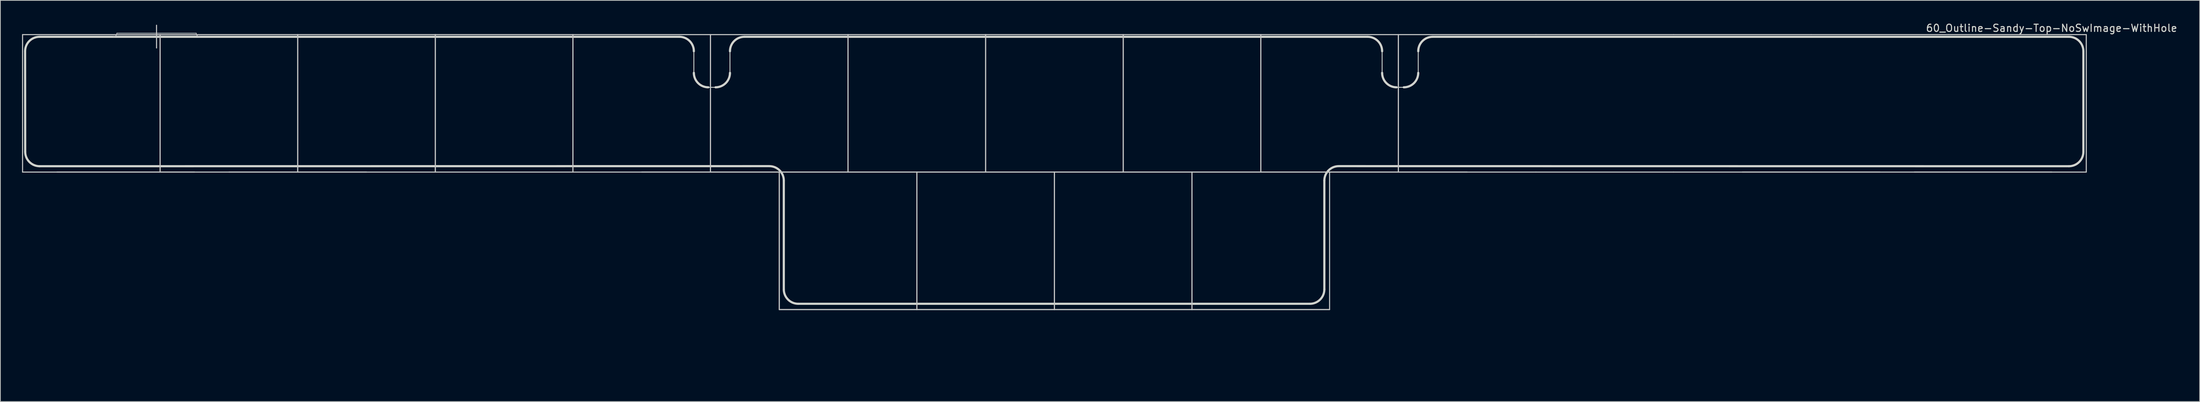
<source format=kicad_pcb>
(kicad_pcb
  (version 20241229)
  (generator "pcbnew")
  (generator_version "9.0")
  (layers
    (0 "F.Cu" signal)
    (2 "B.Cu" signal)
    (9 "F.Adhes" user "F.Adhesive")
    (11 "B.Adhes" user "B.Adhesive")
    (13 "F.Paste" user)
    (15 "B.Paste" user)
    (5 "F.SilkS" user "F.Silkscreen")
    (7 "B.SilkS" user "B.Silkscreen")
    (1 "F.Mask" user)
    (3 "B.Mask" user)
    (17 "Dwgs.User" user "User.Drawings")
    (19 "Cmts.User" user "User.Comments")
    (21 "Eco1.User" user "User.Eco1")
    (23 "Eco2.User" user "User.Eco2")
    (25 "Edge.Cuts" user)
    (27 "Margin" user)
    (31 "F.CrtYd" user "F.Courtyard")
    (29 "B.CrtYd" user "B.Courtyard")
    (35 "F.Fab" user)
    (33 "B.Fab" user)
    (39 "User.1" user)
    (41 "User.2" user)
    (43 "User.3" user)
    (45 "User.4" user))
  (footprint "60_Outline-Sandy-Top-NoSwImage-WithHole"
    (layer "F.Cu")
    (at 142.925 49.348)
    (property "Reference" "60_Outline-Sandy-Top-NoSwImage-WithHole" (at 138.1 -48.5 0) (layer "Edge.Cuts") (effects (font (size 1 1) (thickness 0.15))))
    (attr through_hole)
    (fp_line (start -142.85 -47.6) (end -123.8 -47.6) (stroke (width 0.15) (type solid)) (layer "Dwgs.User"))
    (fp_line (start -142.85 -28.55) (end -142.85 -47.6) (stroke (width 0.15) (type solid)) (layer "Dwgs.User"))
    (fp_line (start -138.088 -28.55) (end -119.037 -28.55) (stroke (width 0.15) (type solid)) (layer "Dwgs.User"))
    (fp_line (start -129.8 -47.8) (end -118.8 -47.8) (stroke (width 0.1) (type solid)) (layer "Dwgs.User"))
    (fp_line (start -124.3 -48.9) (end -124.3 -45.75) (stroke (width 0.15) (type solid)) (layer "Dwgs.User"))
    (fp_line (start -123.8 -47.6) (end -123.8 -28.55) (stroke (width 0.15) (type solid)) (layer "Dwgs.User"))
    (fp_line (start -123.8 -47.6) (end -104.75 -47.6) (stroke (width 0.15) (type solid)) (layer "Dwgs.User"))
    (fp_line (start -123.8 -28.55) (end -142.85 -28.55) (stroke (width 0.15) (type solid)) (layer "Dwgs.User"))
    (fp_line (start -123.8 -28.55) (end -123.8 -47.6) (stroke (width 0.15) (type solid)) (layer "Dwgs.User"))
    (fp_line (start -114.275 -28.55) (end -95.225 -28.55) (stroke (width 0.15) (type solid)) (layer "Dwgs.User"))
    (fp_line (start -104.75 -47.6) (end -104.75 -28.55) (stroke (width 0.15) (type solid)) (layer "Dwgs.User"))
    (fp_line (start -104.75 -47.6) (end -85.7 -47.6) (stroke (width 0.15) (type solid)) (layer "Dwgs.User"))
    (fp_line (start -104.75 -28.55) (end -123.8 -28.55) (stroke (width 0.15) (type solid)) (layer "Dwgs.User"))
    (fp_line (start -104.75 -28.55) (end -104.75 -47.6) (stroke (width 0.15) (type solid)) (layer "Dwgs.User"))
    (fp_line (start -85.7 -47.6) (end -85.7 -28.55) (stroke (width 0.15) (type solid)) (layer "Dwgs.User"))
    (fp_line (start -85.7 -47.6) (end -66.65 -47.6) (stroke (width 0.15) (type solid)) (layer "Dwgs.User"))
    (fp_line (start -85.7 -28.55) (end -104.75 -28.55) (stroke (width 0.15) (type solid)) (layer "Dwgs.User"))
    (fp_line (start -85.7 -28.55) (end -85.7 -47.6) (stroke (width 0.15) (type solid)) (layer "Dwgs.User"))
    (fp_line (start -66.65 -47.6) (end -66.65 -28.55) (stroke (width 0.15) (type solid)) (layer "Dwgs.User"))
    (fp_line (start -66.65 -47.6) (end -47.6 -47.6) (stroke (width 0.15) (type solid)) (layer "Dwgs.User"))
    (fp_line (start -66.65 -28.55) (end -85.7 -28.55) (stroke (width 0.15) (type solid)) (layer "Dwgs.User"))
    (fp_line (start -66.65 -28.55) (end -66.65 -47.6) (stroke (width 0.15) (type solid)) (layer "Dwgs.User"))
    (fp_line (start -57.125 -28.55) (end -38.075 -28.55) (stroke (width 0.15) (type solid)) (layer "Dwgs.User"))
    (fp_line (start -47.6 -47.6) (end -47.6 -28.55) (stroke (width 0.15) (type solid)) (layer "Dwgs.User"))
    (fp_line (start -47.6 -47.6) (end -28.55 -47.6) (stroke (width 0.15) (type solid)) (layer "Dwgs.User"))
    (fp_line (start -47.6 -28.55) (end -66.65 -28.55) (stroke (width 0.15) (type solid)) (layer "Dwgs.User"))
    (fp_line (start -47.6 -28.55) (end -47.6 -47.6) (stroke (width 0.15) (type solid)) (layer "Dwgs.User"))
    (fp_line (start -38.075 -28.55) (end -38.075 -9.5) (stroke (width 0.15) (type solid)) (layer "Dwgs.User"))
    (fp_line (start -38.075 -28.55) (end -19.025 -28.55) (stroke (width 0.15) (type solid)) (layer "Dwgs.User"))
    (fp_line (start -38.075 -9.5) (end -38.075 -28.55) (stroke (width 0.15) (type solid)) (layer "Dwgs.User"))
    (fp_line (start -38.075 -9.5) (end -19.025 -9.5) (stroke (width 0.15) (type solid)) (layer "Dwgs.User"))
    (fp_line (start -28.55 -47.6) (end -28.55 -28.55) (stroke (width 0.15) (type solid)) (layer "Dwgs.User"))
    (fp_line (start -28.55 -47.6) (end -9.5 -47.6) (stroke (width 0.15) (type solid)) (layer "Dwgs.User"))
    (fp_line (start -28.55 -28.55) (end -47.6 -28.55) (stroke (width 0.15) (type solid)) (layer "Dwgs.User"))
    (fp_line (start -28.55 -28.55) (end -28.55 -47.6) (stroke (width 0.15) (type solid)) (layer "Dwgs.User"))
    (fp_line (start -19.025 -28.55) (end -19.025 -9.5) (stroke (width 0.15) (type solid)) (layer "Dwgs.User"))
    (fp_line (start -19.025 -28.55) (end 0.025 -28.55) (stroke (width 0.15) (type solid)) (layer "Dwgs.User"))
    (fp_line (start -19.025 -9.5) (end -38.075 -9.5) (stroke (width 0.15) (type solid)) (layer "Dwgs.User"))
    (fp_line (start -19.025 -9.5) (end -19.025 -28.55) (stroke (width 0.15) (type solid)) (layer "Dwgs.User"))
    (fp_line (start -19.025 -9.5) (end 0.025 -9.5) (stroke (width 0.15) (type solid)) (layer "Dwgs.User"))
    (fp_line (start -9.5 -47.6) (end -9.5 -28.55) (stroke (width 0.15) (type solid)) (layer "Dwgs.User"))
    (fp_line (start -9.5 -47.6) (end 9.55 -47.6) (stroke (width 0.15) (type solid)) (layer "Dwgs.User"))
    (fp_line (start -9.5 -28.55) (end -28.55 -28.55) (stroke (width 0.15) (type solid)) (layer "Dwgs.User"))
    (fp_line (start -9.5 -28.55) (end -9.5 -47.6) (stroke (width 0.15) (type solid)) (layer "Dwgs.User"))
    (fp_line (start 0.025 -28.55) (end 0.025 -9.5) (stroke (width 0.15) (type solid)) (layer "Dwgs.User"))
    (fp_line (start 0.025 -28.55) (end 19.075 -28.55) (stroke (width 0.15) (type solid)) (layer "Dwgs.User"))
    (fp_line (start 0.025 -9.5) (end -19.025 -9.5) (stroke (width 0.15) (type solid)) (layer "Dwgs.User"))
    (fp_line (start 0.025 -9.5) (end 0.025 -28.55) (stroke (width 0.15) (type solid)) (layer "Dwgs.User"))
    (fp_line (start 0.025 -9.5) (end 19.075 -9.5) (stroke (width 0.15) (type solid)) (layer "Dwgs.User"))
    (fp_line (start 9.55 -47.6) (end 9.55 -28.55) (stroke (width 0.15) (type solid)) (layer "Dwgs.User"))
    (fp_line (start 9.55 -47.6) (end 28.6 -47.6) (stroke (width 0.15) (type solid)) (layer "Dwgs.User"))
    (fp_line (start 9.55 -28.55) (end -9.5 -28.55) (stroke (width 0.15) (type solid)) (layer "Dwgs.User"))
    (fp_line (start 9.55 -28.55) (end 9.55 -47.6) (stroke (width 0.15) (type solid)) (layer "Dwgs.User"))
    (fp_line (start 19.075 -28.55) (end 19.075 -9.5) (stroke (width 0.15) (type solid)) (layer "Dwgs.User"))
    (fp_line (start 19.075 -28.55) (end 38.125 -28.55) (stroke (width 0.15) (type solid)) (layer "Dwgs.User"))
    (fp_line (start 19.075 -9.5) (end 0.025 -9.5) (stroke (width 0.15) (type solid)) (layer "Dwgs.User"))
    (fp_line (start 19.075 -9.5) (end 19.075 -28.55) (stroke (width 0.15) (type solid)) (layer "Dwgs.User"))
    (fp_line (start 19.075 -9.5) (end 38.125 -9.5) (stroke (width 0.15) (type solid)) (layer "Dwgs.User"))
    (fp_line (start 28.6 -47.6) (end 28.6 -28.55) (stroke (width 0.15) (type solid)) (layer "Dwgs.User"))
    (fp_line (start 28.6 -47.6) (end 47.65 -47.6) (stroke (width 0.15) (type solid)) (layer "Dwgs.User"))
    (fp_line (start 28.6 -28.55) (end 9.55 -28.55) (stroke (width 0.15) (type solid)) (layer "Dwgs.User"))
    (fp_line (start 28.6 -28.55) (end 28.6 -47.6) (stroke (width 0.15) (type solid)) (layer "Dwgs.User"))
    (fp_line (start 38.125 -28.55) (end 38.125 -9.5) (stroke (width 0.15) (type solid)) (layer "Dwgs.User"))
    (fp_line (start 38.125 -28.55) (end 57.175 -28.55) (stroke (width 0.15) (type solid)) (layer "Dwgs.User"))
    (fp_line (start 38.125 -9.5) (end 19.075 -9.5) (stroke (width 0.15) (type solid)) (layer "Dwgs.User"))
    (fp_line (start 47.65 -47.6) (end 47.65 -28.55) (stroke (width 0.15) (type solid)) (layer "Dwgs.User"))
    (fp_line (start 47.65 -47.6) (end 66.7 -47.6) (stroke (width 0.15) (type solid)) (layer "Dwgs.User"))
    (fp_line (start 47.65 -28.55) (end 28.6 -28.55) (stroke (width 0.15) (type solid)) (layer "Dwgs.User"))
    (fp_line (start 47.65 -28.55) (end 47.65 -47.6) (stroke (width 0.15) (type solid)) (layer "Dwgs.User"))
    (fp_line (start 66.7 -47.6) (end 85.75 -47.6) (stroke (width 0.15) (type solid)) (layer "Dwgs.User"))
    (fp_line (start 66.7 -28.55) (end 47.65 -28.55) (stroke (width 0.15) (type solid)) (layer "Dwgs.User"))
    (fp_line (start 85.75 -47.6) (end 104.8 -47.6) (stroke (width 0.15) (type solid)) (layer "Dwgs.User"))
    (fp_line (start 85.75 -28.55) (end 66.7 -28.55) (stroke (width 0.15) (type solid)) (layer "Dwgs.User"))
    (fp_line (start 95.275 -28.55) (end 114.325 -28.55) (stroke (width 0.15) (type solid)) (layer "Dwgs.User"))
    (fp_line (start 104.8 -47.6) (end 123.85 -47.6) (stroke (width 0.15) (type solid)) (layer "Dwgs.User"))
    (fp_line (start 104.8 -28.55) (end 85.75 -28.55) (stroke (width 0.15) (type solid)) (layer "Dwgs.User"))
    (fp_line (start 119.088 -28.55) (end 138.137 -28.55) (stroke (width 0.15) (type solid)) (layer "Dwgs.User"))
    (fp_line (start 123.85 -47.6) (end 142.9 -47.6) (stroke (width 0.15) (type solid)) (layer "Dwgs.User"))
    (fp_line (start 123.85 -28.55) (end 104.8 -28.55) (stroke (width 0.15) (type solid)) (layer "Dwgs.User"))
    (fp_line (start 142.9 -47.6) (end 142.9 -28.55) (stroke (width 0.15) (type solid)) (layer "Dwgs.User"))
    (fp_line (start 142.9 -28.55) (end 123.85 -28.55) (stroke (width 0.15) (type solid)) (layer "Dwgs.User"))
    (fp_arc (start -129.8 -47.8) (mid -129.946447 -47.446447) (end -130.3 -47.3) (stroke (width 0.1) (type solid)) (layer "Dwgs.User"))
    (fp_arc (start -118.3 -47.3) (mid -118.653553 -47.446447) (end -118.8 -47.8) (stroke (width 0.1) (type solid)) (layer "Dwgs.User"))
    (fp_circle (center -47.6 -43.05) (end -45.4 -43.05) (stroke (width 0.15) (type solid)) (fill no) (layer "Eco1.User"))
    (fp_circle (center 47.65 -43.05) (end 49.85 -43.05) (stroke (width 0.15) (type solid)) (fill no) (layer "Eco1.User"))
    (fp_line (start -142.486 -31.364) (end -142.5 -45.3) (stroke (width 0.3) (type solid)) (layer "Edge.Cuts"))
    (fp_line (start -140.486 -29.364) (end -39.45 -29.375) (stroke (width 0.3) (type solid)) (layer "Edge.Cuts"))
    (fp_line (start -51.9 -47.3) (end -140.5 -47.3) (stroke (width 0.3) (type solid)) (layer "Edge.Cuts"))
    (fp_line (start -49.9 -42.3) (end -49.9 -45.3) (stroke (width 0.12) (type solid)) (layer "Edge.Cuts"))
    (fp_line (start -47.9 -40.3) (end -46.9 -40.3) (stroke (width 0.12) (type solid)) (layer "Edge.Cuts"))
    (fp_line (start -44.9 -45.3) (end -44.9 -42.3) (stroke (width 0.12) (type solid)) (layer "Edge.Cuts"))
    (fp_line (start -37.446 -12.3) (end -37.446 -27.375) (stroke (width 0.3) (type solid)) (layer "Edge.Cuts"))
    (fp_line (start -35.446 -10.3) (end 35.4 -10.3) (stroke (width 0.3) (type solid)) (layer "Edge.Cuts"))
    (fp_line (start 37.4 -12.3) (end 37.4 -27.375) (stroke (width 0.3) (type solid)) (layer "Edge.Cuts"))
    (fp_line (start 39.4 -29.375) (end 140.5 -29.364) (stroke (width 0.3) (type solid)) (layer "Edge.Cuts"))
    (fp_line (start 43.4 -47.3) (end -42.9 -47.3) (stroke (width 0.3) (type solid)) (layer "Edge.Cuts"))
    (fp_line (start 45.4 -42.3) (end 45.4 -45.3) (stroke (width 0.12) (type solid)) (layer "Edge.Cuts"))
    (fp_line (start 47.4 -40.3) (end 48.4 -40.3) (stroke (width 0.12) (type solid)) (layer "Edge.Cuts"))
    (fp_line (start 50.4 -45.3) (end 50.4 -42.3) (stroke (width 0.12) (type solid)) (layer "Edge.Cuts"))
    (fp_line (start 140.5 -47.3) (end 52.4 -47.3) (stroke (width 0.3) (type solid)) (layer "Edge.Cuts"))
    (fp_line (start 142.5 -31.364) (end 142.5 -45.3) (stroke (width 0.3) (type solid)) (layer "Edge.Cuts"))
    (fp_arc (start -142.5 -45.3) (mid -141.914214 -46.714214) (end -140.5 -47.3) (stroke (width 0.3) (type solid)) (layer "Edge.Cuts"))
    (fp_arc (start -140.485786 -29.364214) (mid -141.9 -29.95) (end -142.485786 -31.364214) (stroke (width 0.3) (type solid)) (layer "Edge.Cuts"))
    (fp_arc (start -51.900001 -47.300001) (mid -50.485786 -46.714215) (end -49.900001 -45.300001) (stroke (width 0.3) (type solid)) (layer "Edge.Cuts"))
    (fp_arc (start -47.900001 -40.300001) (mid -49.314214 -40.885788) (end -49.900001 -42.300001) (stroke (width 0.3) (type solid)) (layer "Edge.Cuts"))
    (fp_arc (start -44.9 -45.3) (mid -44.314214 -46.714214) (end -42.9 -47.3) (stroke (width 0.3) (type solid)) (layer "Edge.Cuts"))
    (fp_arc (start -44.9 -42.300001) (mid -45.485786 -40.885787) (end -46.9 -40.300001) (stroke (width 0.3) (type solid)) (layer "Edge.Cuts"))
    (fp_arc (start -39.445786 -29.375) (mid -38.031572 -28.789214) (end -37.445786 -27.375) (stroke (width 0.3) (type solid)) (layer "Edge.Cuts"))
    (fp_arc (start -35.445786 -10.3) (mid -36.86 -10.885786) (end -37.445786 -12.3) (stroke (width 0.3) (type solid)) (layer "Edge.Cuts"))
    (fp_arc (start 37.4 -27.375) (mid 37.985786 -28.789215) (end 39.4 -29.375) (stroke (width 0.3) (type solid)) (layer "Edge.Cuts"))
    (fp_arc (start 37.4 -12.3) (mid 36.814216 -10.885785) (end 35.4 -10.3) (stroke (width 0.3) (type solid)) (layer "Edge.Cuts"))
    (fp_arc (start 43.4 -47.3) (mid 44.814214 -46.714214) (end 45.4 -45.3) (stroke (width 0.3) (type solid)) (layer "Edge.Cuts"))
    (fp_arc (start 47.4 -40.3) (mid 45.985786 -40.885786) (end 45.4 -42.3) (stroke (width 0.3) (type solid)) (layer "Edge.Cuts"))
    (fp_arc (start 50.400001 -45.299999) (mid 50.985787 -46.714213) (end 52.400001 -47.299999) (stroke (width 0.3) (type solid)) (layer "Edge.Cuts"))
    (fp_arc (start 50.400001 -42.3) (mid 49.814215 -40.885786) (end 48.400001 -40.3) (stroke (width 0.3) (type solid)) (layer "Edge.Cuts"))
    (fp_arc (start 140.5 -47.3) (mid 141.914214 -46.714214) (end 142.5 -45.3) (stroke (width 0.3) (type solid)) (layer "Edge.Cuts"))
    (fp_arc (start 142.5 -31.364214) (mid 141.914204 -29.950019) (end 140.5 -29.364214) (stroke (width 0.3) (type solid)) (layer "Edge.Cuts")))
  (gr_rect
    (start -3 -3)
    (end 301.531 52.598)
    (stroke (width 0.1) (type default))
    (fill no)
    (layer "Edge.Cuts")))
</source>
